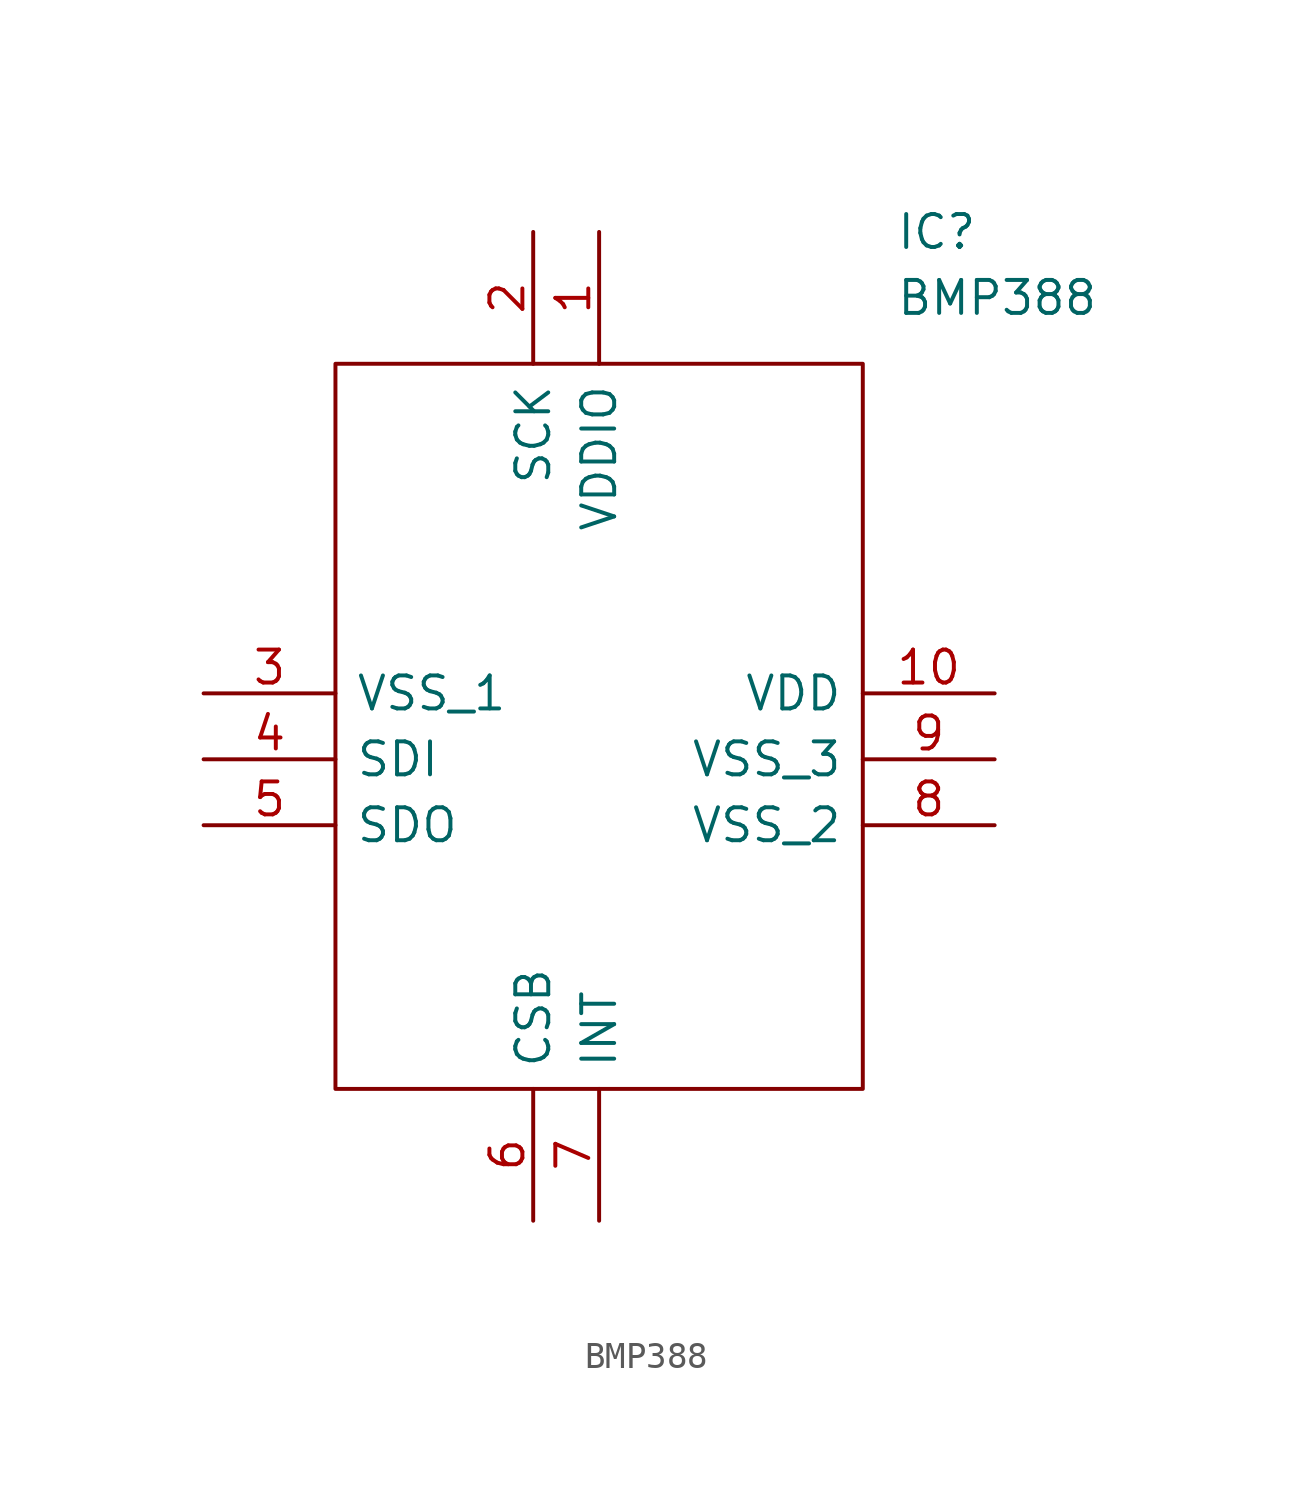
<source format=kicad_sym>
(kicad_symbol_lib
  (version 20211014)
  (generator kicad_symbol_editor)
  (symbol "BMP388"
    (pin_names
      (offset 0.762))
    (property "Reference" "IC"
      (at 26.67 17.78 0)
      (effects (font (size 1.27 1.27)) (justify left)))
    (property "Value" "BMP388"
      (at 26.67 15.24 0)
      (effects (font (size 1.27 1.27)) (justify left)))
    (symbol "BMP388_0_0"
      (pin passive line (at 15.24 17.78 270) (length 5.08) (name "VDDIO" (effects (font (size 1.27 1.27)))) (number "1" (effects (font (size 1.27 1.27)))))
      (pin passive line (at 30.48 0 180) (length 5.08) (name "VDD" (effects (font (size 1.27 1.27)))) (number "10" (effects (font (size 1.27 1.27)))))
      (pin passive line (at 12.7 17.78 270) (length 5.08) (name "SCK" (effects (font (size 1.27 1.27)))) (number "2" (effects (font (size 1.27 1.27)))))
      (pin passive line (at 0 0 0) (length 5.08) (name "VSS_1" (effects (font (size 1.27 1.27)))) (number "3" (effects (font (size 1.27 1.27)))))
      (pin passive line (at 0 -2.54 0) (length 5.08) (name "SDI" (effects (font (size 1.27 1.27)))) (number "4" (effects (font (size 1.27 1.27)))))
      (pin passive line (at 0 -5.08 0) (length 5.08) (name "SDO" (effects (font (size 1.27 1.27)))) (number "5" (effects (font (size 1.27 1.27)))))
      (pin passive line (at 12.7 -20.32 90) (length 5.08) (name "CSB" (effects (font (size 1.27 1.27)))) (number "6" (effects (font (size 1.27 1.27)))))
      (pin passive line (at 15.24 -20.32 90) (length 5.08) (name "INT" (effects (font (size 1.27 1.27)))) (number "7" (effects (font (size 1.27 1.27)))))
      (pin passive line (at 30.48 -5.08 180) (length 5.08) (name "VSS_2" (effects (font (size 1.27 1.27)))) (number "8" (effects (font (size 1.27 1.27)))))
      (pin passive line (at 30.48 -2.54 180) (length 5.08) (name "VSS_3" (effects (font (size 1.27 1.27)))) (number "9" (effects (font (size 1.27 1.27))))))
    (symbol "BMP388_0_1"
      (polyline (pts (xy 5.08 12.7) (xy 25.4 12.7) (xy 25.4 -15.24) (xy 5.08 -15.24) (xy 5.08 12.7)) (stroke (width 0.152) (type default) (color 0 0 0 0)) (fill (type none))))))
</source>
